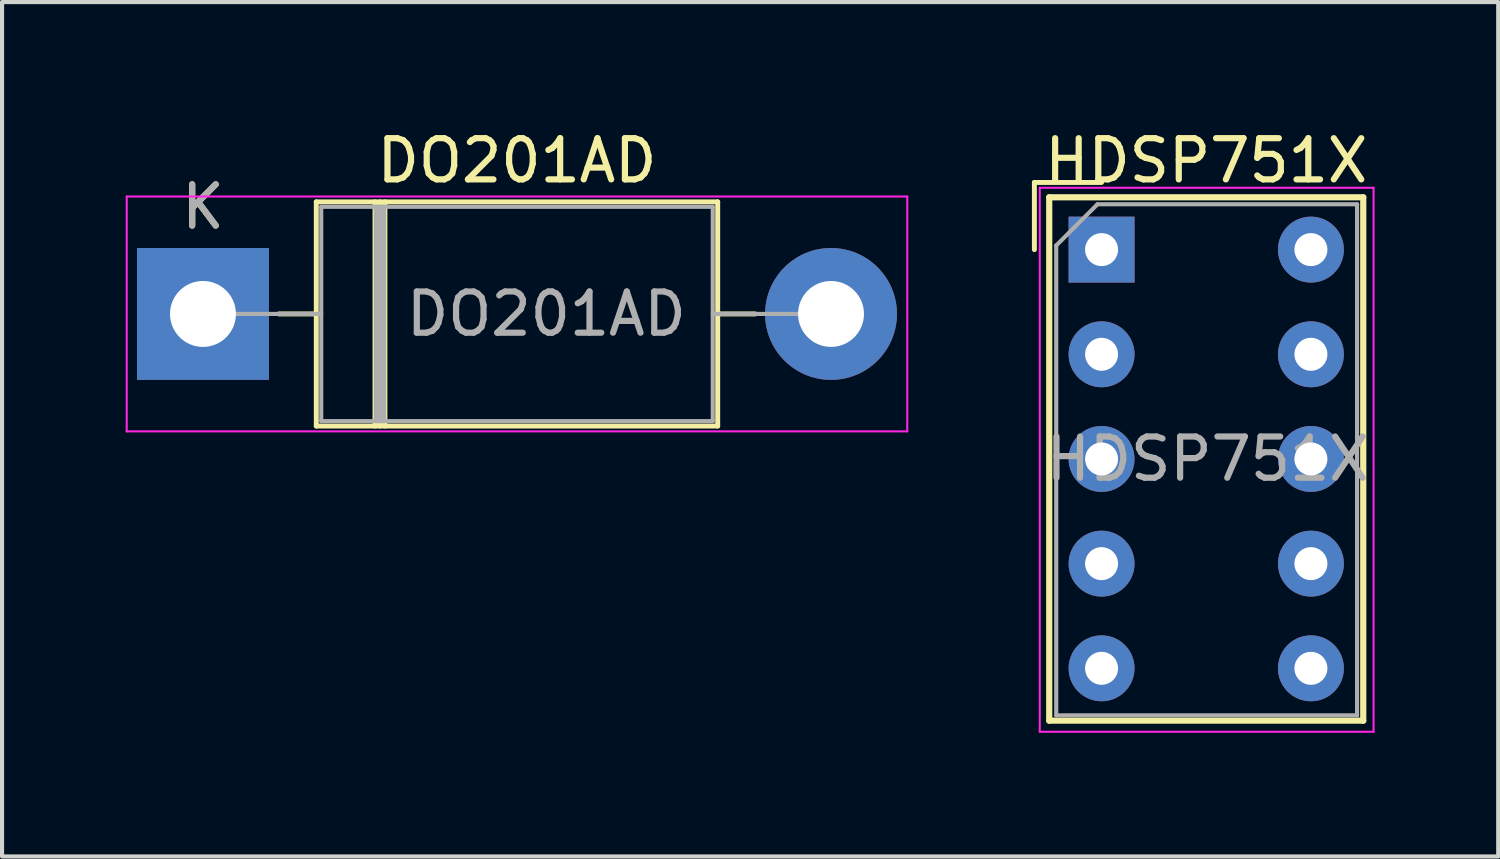
<source format=kicad_pcb>
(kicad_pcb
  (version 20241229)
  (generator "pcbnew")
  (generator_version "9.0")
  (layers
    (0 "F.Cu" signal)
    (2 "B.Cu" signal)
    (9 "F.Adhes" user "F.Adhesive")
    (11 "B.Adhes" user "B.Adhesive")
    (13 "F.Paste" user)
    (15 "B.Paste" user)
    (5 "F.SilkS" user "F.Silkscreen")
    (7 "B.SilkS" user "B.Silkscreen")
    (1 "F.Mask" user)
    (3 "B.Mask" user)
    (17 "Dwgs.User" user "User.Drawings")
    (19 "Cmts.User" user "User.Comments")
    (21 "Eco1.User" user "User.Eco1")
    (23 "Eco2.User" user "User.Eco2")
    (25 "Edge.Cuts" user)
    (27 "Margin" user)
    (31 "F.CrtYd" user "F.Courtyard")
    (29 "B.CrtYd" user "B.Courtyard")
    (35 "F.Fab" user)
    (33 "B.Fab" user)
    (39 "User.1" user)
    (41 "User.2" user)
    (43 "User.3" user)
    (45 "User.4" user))
  (footprint "HDSP751X"
    (layer "F.Cu")
    (at 23.68 3.007)
    (property "Reference" "HDSP751X" (at 2.54 -2.159 0) (layer "F.SilkS") (effects (font (size 1 1) (thickness 0.15))))
    (attr through_hole)
    (fp_line (start -1.63 -1.63) (end 0 -1.63) (stroke (width 0.12) (type solid)) (layer "F.SilkS"))
    (fp_line (start -1.63 0) (end -1.63 -1.63) (stroke (width 0.12) (type solid)) (layer "F.SilkS"))
    (fp_line (start -1.27 -1.27) (end -1.27 11.43) (stroke (width 0.15) (type solid)) (layer "F.SilkS"))
    (fp_line (start -1.27 11.43) (end 6.35 11.43) (stroke (width 0.15) (type solid)) (layer "F.SilkS"))
    (fp_line (start 6.35 -1.27) (end -1.27 -1.27) (stroke (width 0.15) (type solid)) (layer "F.SilkS"))
    (fp_line (start 6.35 11.43) (end 6.35 -1.27) (stroke (width 0.15) (type solid)) (layer "F.SilkS"))
    (fp_line (start -1.5 -1.5) (end 6.6 -1.5) (stroke (width 0.05) (type solid)) (layer "F.CrtYd"))
    (fp_line (start -1.5 11.7) (end -1.5 -1.5) (stroke (width 0.05) (type solid)) (layer "F.CrtYd"))
    (fp_line (start 6.6 -1.5) (end 6.6 11.7) (stroke (width 0.05) (type solid)) (layer "F.CrtYd"))
    (fp_line (start 6.6 11.7) (end -1.5 11.7) (stroke (width 0.05) (type solid)) (layer "F.CrtYd"))
    (fp_line (start -1.1 -0.1) (end -0.1 -1.1) (stroke (width 0.1) (type solid)) (layer "F.Fab"))
    (fp_line (start -1.1 11.3) (end -1.1 -0.1) (stroke (width 0.1) (type solid)) (layer "F.Fab"))
    (fp_line (start -0.1 -1.1) (end 6.2 -1.1) (stroke (width 0.1) (type solid)) (layer "F.Fab"))
    (fp_line (start 6.2 -1.1) (end 6.2 11.3) (stroke (width 0.1) (type solid)) (layer "F.Fab"))
    (fp_line (start 6.2 11.3) (end -1.1 11.3) (stroke (width 0.1) (type solid)) (layer "F.Fab"))
    (fp_text user "${REFERENCE}" (at 2.573 5.08 0) (layer "F.Fab") (effects (font (size 1 1) (thickness 0.15))))
    (pad "1" thru_hole rect (at 0 0) (size 1.6 1.6) (drill 0.8) (layers "*.Cu" "*.Mask"))
    (pad "2" thru_hole circle (at 0 2.54) (size 1.6 1.6) (drill 0.8) (layers "*.Cu" "*.Mask"))
    (pad "3" thru_hole circle (at 0 5.08) (size 1.6 1.6) (drill 0.8) (layers "*.Cu" "*.Mask"))
    (pad "4" thru_hole circle (at 0 7.62) (size 1.6 1.6) (drill 0.8) (layers "*.Cu" "*.Mask"))
    (pad "5" thru_hole circle (at 0 10.16) (size 1.6 1.6) (drill 0.8) (layers "*.Cu" "*.Mask"))
    (pad "6" thru_hole circle (at 5.08 10.16) (size 1.6 1.6) (drill 0.8) (layers "*.Cu" "*.Mask"))
    (pad "7" thru_hole circle (at 5.08 7.62) (size 1.6 1.6) (drill 0.8) (layers "*.Cu" "*.Mask"))
    (pad "8" thru_hole circle (at 5.08 5.08) (size 1.6 1.6) (drill 0.8) (layers "*.Cu" "*.Mask"))
    (pad "9" thru_hole circle (at 5.08 2.54) (size 1.6 1.6) (drill 0.8) (layers "*.Cu" "*.Mask"))
    (pad "10" thru_hole circle (at 5.08 0) (size 1.6 1.6) (drill 0.8) (layers "*.Cu" "*.Mask")))
  (footprint "DO201AD"
    (layer "F.Cu")
    (at 1.875 4.568)
    (property "Reference" "DO201AD" (at 7.62 -3.72 0) (layer "F.SilkS") (effects (font (size 1 1) (thickness 0.15))))
    (attr through_hole)
    (fp_line (start 1.84 0) (end 2.75 0) (stroke (width 0.12) (type solid)) (layer "F.SilkS"))
    (fp_line (start 2.75 -2.72) (end 2.75 2.72) (stroke (width 0.12) (type solid)) (layer "F.SilkS"))
    (fp_line (start 2.75 2.72) (end 12.49 2.72) (stroke (width 0.12) (type solid)) (layer "F.SilkS"))
    (fp_line (start 4.175 -2.72) (end 4.175 2.72) (stroke (width 0.12) (type solid)) (layer "F.SilkS"))
    (fp_line (start 4.295 -2.72) (end 4.295 2.72) (stroke (width 0.12) (type solid)) (layer "F.SilkS"))
    (fp_line (start 4.415 -2.72) (end 4.415 2.72) (stroke (width 0.12) (type solid)) (layer "F.SilkS"))
    (fp_line (start 12.49 -2.72) (end 2.75 -2.72) (stroke (width 0.12) (type solid)) (layer "F.SilkS"))
    (fp_line (start 12.49 2.72) (end 12.49 -2.72) (stroke (width 0.12) (type solid)) (layer "F.SilkS"))
    (fp_line (start 13.4 0) (end 12.49 0) (stroke (width 0.12) (type solid)) (layer "F.SilkS"))
    (fp_line (start -1.85 -2.85) (end -1.85 2.85) (stroke (width 0.05) (type solid)) (layer "F.CrtYd"))
    (fp_line (start -1.85 2.85) (end 17.09 2.85) (stroke (width 0.05) (type solid)) (layer "F.CrtYd"))
    (fp_line (start 17.09 -2.85) (end -1.85 -2.85) (stroke (width 0.05) (type solid)) (layer "F.CrtYd"))
    (fp_line (start 17.09 2.85) (end 17.09 -2.85) (stroke (width 0.05) (type solid)) (layer "F.CrtYd"))
    (fp_line (start 0 0) (end 2.87 0) (stroke (width 0.1) (type solid)) (layer "F.Fab"))
    (fp_line (start 2.87 -2.6) (end 2.87 2.6) (stroke (width 0.1) (type solid)) (layer "F.Fab"))
    (fp_line (start 2.87 2.6) (end 12.37 2.6) (stroke (width 0.1) (type solid)) (layer "F.Fab"))
    (fp_line (start 4.195 -2.6) (end 4.195 2.6) (stroke (width 0.1) (type solid)) (layer "F.Fab"))
    (fp_line (start 4.295 -2.6) (end 4.295 2.6) (stroke (width 0.1) (type solid)) (layer "F.Fab"))
    (fp_line (start 4.395 -2.6) (end 4.395 2.6) (stroke (width 0.1) (type solid)) (layer "F.Fab"))
    (fp_line (start 12.37 -2.6) (end 2.87 -2.6) (stroke (width 0.1) (type solid)) (layer "F.Fab"))
    (fp_line (start 12.37 2.6) (end 12.37 -2.6) (stroke (width 0.1) (type solid)) (layer "F.Fab"))
    (fp_line (start 15.24 0) (end 12.37 0) (stroke (width 0.1) (type solid)) (layer "F.Fab"))
    (fp_text user "K" (at 0 -2.6 0) (layer "F.SilkS") (effects (font (size 1 1) (thickness 0.15))))
    (fp_text user "${REFERENCE}" (at 8.332 0 0) (layer "F.Fab") (effects (font (size 1 1) (thickness 0.15))))
    (fp_text user "K" (at 0 -2.6 0) (layer "F.Fab") (effects (font (size 1 1) (thickness 0.15))))
    (pad "1" thru_hole rect (at 0 0) (size 3.2 3.2) (drill 1.6) (layers "*.Cu" "*.Mask"))
    (pad "2" thru_hole oval (at 15.24 0) (size 3.2 3.2) (drill 1.6) (layers "*.Cu" "*.Mask")))
  (gr_rect
    (start -3 -3)
    (end 33.305 17.732)
    (stroke (width 0.1) (type default))
    (fill no)
    (layer "Edge.Cuts")))
</source>
